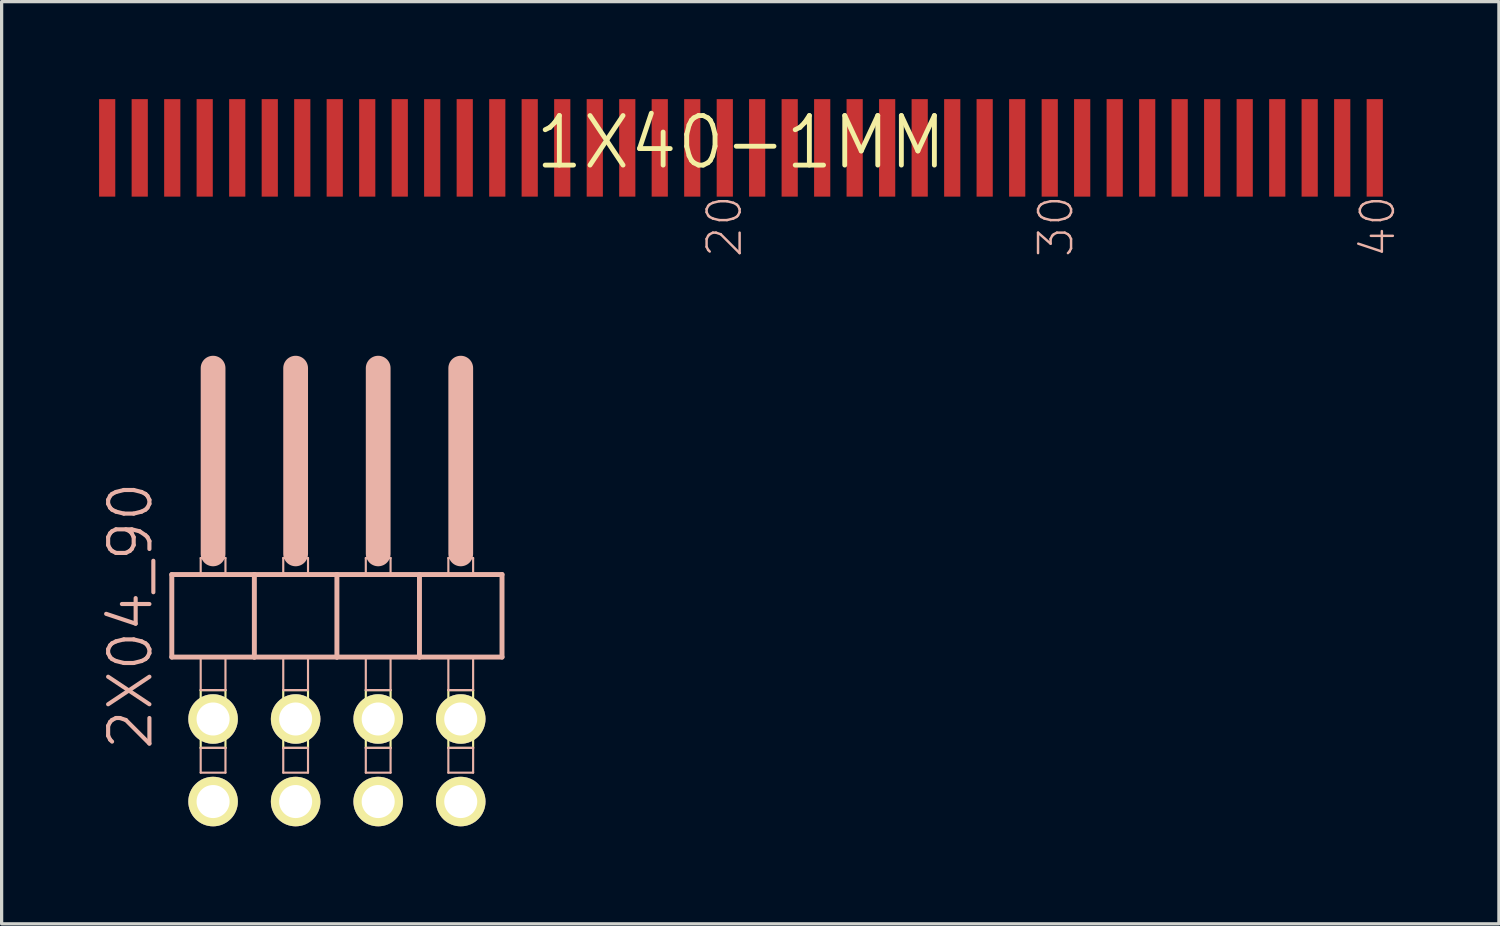
<source format=kicad_pcb>
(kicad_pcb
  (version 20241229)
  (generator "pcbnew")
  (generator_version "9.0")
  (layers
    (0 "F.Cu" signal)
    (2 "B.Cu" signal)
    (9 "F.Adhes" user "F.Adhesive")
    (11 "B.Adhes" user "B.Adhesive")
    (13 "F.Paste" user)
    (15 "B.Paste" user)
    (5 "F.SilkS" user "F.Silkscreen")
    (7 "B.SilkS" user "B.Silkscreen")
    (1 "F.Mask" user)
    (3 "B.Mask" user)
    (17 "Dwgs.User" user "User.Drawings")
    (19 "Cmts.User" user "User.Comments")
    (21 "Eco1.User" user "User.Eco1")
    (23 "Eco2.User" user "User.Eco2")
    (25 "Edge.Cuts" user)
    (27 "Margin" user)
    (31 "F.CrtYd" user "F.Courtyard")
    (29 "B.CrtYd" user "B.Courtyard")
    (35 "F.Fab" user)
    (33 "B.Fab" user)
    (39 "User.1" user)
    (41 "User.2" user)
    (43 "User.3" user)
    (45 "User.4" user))
  (footprint "2X04_90"
    (layer "F.Cu")
    (at 7.316 15.262)
    (property "Reference" "2X04_90" (at -6.35 0.635 90) (layer "B.SilkS") (effects (font (size 1.27 1.27) (thickness 0.127))))
    (attr exclude_from_pos_files exclude_from_bom)
    (fp_line (start -4.191 2.921) (end -3.429 2.921) (stroke (width 0.066) (type solid)) (layer "F.SilkS"))
    (fp_line (start -4.191 4.699) (end -4.191 2.921) (stroke (width 0.066) (type solid)) (layer "F.SilkS"))
    (fp_line (start -4.191 4.699) (end -3.429 4.699) (stroke (width 0.066) (type solid)) (layer "F.SilkS"))
    (fp_line (start -3.429 4.699) (end -3.429 2.921) (stroke (width 0.066) (type solid)) (layer "F.SilkS"))
    (fp_line (start -1.651 2.921) (end -0.889 2.921) (stroke (width 0.066) (type solid)) (layer "F.SilkS"))
    (fp_line (start -1.651 4.699) (end -1.651 2.921) (stroke (width 0.066) (type solid)) (layer "F.SilkS"))
    (fp_line (start -1.651 4.699) (end -0.889 4.699) (stroke (width 0.066) (type solid)) (layer "F.SilkS"))
    (fp_line (start -0.889 4.699) (end -0.889 2.921) (stroke (width 0.066) (type solid)) (layer "F.SilkS"))
    (fp_line (start 0.889 2.921) (end 1.651 2.921) (stroke (width 0.066) (type solid)) (layer "F.SilkS"))
    (fp_line (start 0.889 4.699) (end 0.889 2.921) (stroke (width 0.066) (type solid)) (layer "F.SilkS"))
    (fp_line (start 0.889 4.699) (end 1.651 4.699) (stroke (width 0.066) (type solid)) (layer "F.SilkS"))
    (fp_line (start 1.651 4.699) (end 1.651 2.921) (stroke (width 0.066) (type solid)) (layer "F.SilkS"))
    (fp_line (start 3.429 2.921) (end 4.191 2.921) (stroke (width 0.066) (type solid)) (layer "F.SilkS"))
    (fp_line (start 3.429 4.699) (end 3.429 2.921) (stroke (width 0.066) (type solid)) (layer "F.SilkS"))
    (fp_line (start 3.429 4.699) (end 4.191 4.699) (stroke (width 0.066) (type solid)) (layer "F.SilkS"))
    (fp_line (start 4.191 4.699) (end 4.191 2.921) (stroke (width 0.066) (type solid)) (layer "F.SilkS"))
    (fp_line (start -5.08 -0.635) (end -5.08 1.905) (stroke (width 0.152) (type solid)) (layer "B.SilkS"))
    (fp_line (start -5.08 1.905) (end -2.54 1.905) (stroke (width 0.152) (type solid)) (layer "B.SilkS"))
    (fp_line (start -4.191 -1.143) (end -3.429 -1.143) (stroke (width 0.066) (type solid)) (layer "B.SilkS"))
    (fp_line (start -4.191 -0.635) (end -4.191 -1.143) (stroke (width 0.066) (type solid)) (layer "B.SilkS"))
    (fp_line (start -4.191 -0.635) (end -3.429 -0.635) (stroke (width 0.066) (type solid)) (layer "B.SilkS"))
    (fp_line (start -4.191 1.905) (end -3.429 1.905) (stroke (width 0.066) (type solid)) (layer "B.SilkS"))
    (fp_line (start -4.191 2.921) (end -4.191 1.905) (stroke (width 0.066) (type solid)) (layer "B.SilkS"))
    (fp_line (start -4.191 2.921) (end -3.429 2.921) (stroke (width 0.066) (type solid)) (layer "B.SilkS"))
    (fp_line (start -4.191 4.699) (end -3.429 4.699) (stroke (width 0.066) (type solid)) (layer "B.SilkS"))
    (fp_line (start -4.191 5.461) (end -4.191 4.699) (stroke (width 0.066) (type solid)) (layer "B.SilkS"))
    (fp_line (start -4.191 5.461) (end -3.429 5.461) (stroke (width 0.066) (type solid)) (layer "B.SilkS"))
    (fp_line (start -3.81 -6.985) (end -3.81 -1.27) (stroke (width 0.762) (type solid)) (layer "B.SilkS"))
    (fp_line (start -3.429 -0.635) (end -3.429 -1.143) (stroke (width 0.066) (type solid)) (layer "B.SilkS"))
    (fp_line (start -3.429 2.921) (end -3.429 1.905) (stroke (width 0.066) (type solid)) (layer "B.SilkS"))
    (fp_line (start -3.429 5.461) (end -3.429 4.699) (stroke (width 0.066) (type solid)) (layer "B.SilkS"))
    (fp_line (start -2.54 -0.635) (end -5.08 -0.635) (stroke (width 0.152) (type solid)) (layer "B.SilkS"))
    (fp_line (start -2.54 1.905) (end -2.54 -0.635) (stroke (width 0.152) (type solid)) (layer "B.SilkS"))
    (fp_line (start -2.54 1.905) (end 0 1.905) (stroke (width 0.152) (type solid)) (layer "B.SilkS"))
    (fp_line (start -1.651 -1.143) (end -0.889 -1.143) (stroke (width 0.066) (type solid)) (layer "B.SilkS"))
    (fp_line (start -1.651 -0.635) (end -1.651 -1.143) (stroke (width 0.066) (type solid)) (layer "B.SilkS"))
    (fp_line (start -1.651 -0.635) (end -0.889 -0.635) (stroke (width 0.066) (type solid)) (layer "B.SilkS"))
    (fp_line (start -1.651 1.905) (end -0.889 1.905) (stroke (width 0.066) (type solid)) (layer "B.SilkS"))
    (fp_line (start -1.651 2.921) (end -1.651 1.905) (stroke (width 0.066) (type solid)) (layer "B.SilkS"))
    (fp_line (start -1.651 2.921) (end -0.889 2.921) (stroke (width 0.066) (type solid)) (layer "B.SilkS"))
    (fp_line (start -1.651 4.699) (end -0.889 4.699) (stroke (width 0.066) (type solid)) (layer "B.SilkS"))
    (fp_line (start -1.651 5.461) (end -1.651 4.699) (stroke (width 0.066) (type solid)) (layer "B.SilkS"))
    (fp_line (start -1.651 5.461) (end -0.889 5.461) (stroke (width 0.066) (type solid)) (layer "B.SilkS"))
    (fp_line (start -1.27 -6.985) (end -1.27 -1.27) (stroke (width 0.762) (type solid)) (layer "B.SilkS"))
    (fp_line (start -0.889 -0.635) (end -0.889 -1.143) (stroke (width 0.066) (type solid)) (layer "B.SilkS"))
    (fp_line (start -0.889 2.921) (end -0.889 1.905) (stroke (width 0.066) (type solid)) (layer "B.SilkS"))
    (fp_line (start -0.889 5.461) (end -0.889 4.699) (stroke (width 0.066) (type solid)) (layer "B.SilkS"))
    (fp_line (start 0 -0.635) (end -2.54 -0.635) (stroke (width 0.152) (type solid)) (layer "B.SilkS"))
    (fp_line (start 0 1.905) (end 0 -0.635) (stroke (width 0.152) (type solid)) (layer "B.SilkS"))
    (fp_line (start 0 1.905) (end 2.54 1.905) (stroke (width 0.152) (type solid)) (layer "B.SilkS"))
    (fp_line (start 0.889 -1.143) (end 1.651 -1.143) (stroke (width 0.066) (type solid)) (layer "B.SilkS"))
    (fp_line (start 0.889 -0.635) (end 0.889 -1.143) (stroke (width 0.066) (type solid)) (layer "B.SilkS"))
    (fp_line (start 0.889 -0.635) (end 1.651 -0.635) (stroke (width 0.066) (type solid)) (layer "B.SilkS"))
    (fp_line (start 0.889 1.905) (end 1.651 1.905) (stroke (width 0.066) (type solid)) (layer "B.SilkS"))
    (fp_line (start 0.889 2.921) (end 0.889 1.905) (stroke (width 0.066) (type solid)) (layer "B.SilkS"))
    (fp_line (start 0.889 2.921) (end 1.651 2.921) (stroke (width 0.066) (type solid)) (layer "B.SilkS"))
    (fp_line (start 0.889 4.699) (end 1.651 4.699) (stroke (width 0.066) (type solid)) (layer "B.SilkS"))
    (fp_line (start 0.889 5.461) (end 0.889 4.699) (stroke (width 0.066) (type solid)) (layer "B.SilkS"))
    (fp_line (start 0.889 5.461) (end 1.651 5.461) (stroke (width 0.066) (type solid)) (layer "B.SilkS"))
    (fp_line (start 1.27 -6.985) (end 1.27 -1.27) (stroke (width 0.762) (type solid)) (layer "B.SilkS"))
    (fp_line (start 1.651 -0.635) (end 1.651 -1.143) (stroke (width 0.066) (type solid)) (layer "B.SilkS"))
    (fp_line (start 1.651 2.921) (end 1.651 1.905) (stroke (width 0.066) (type solid)) (layer "B.SilkS"))
    (fp_line (start 1.651 5.461) (end 1.651 4.699) (stroke (width 0.066) (type solid)) (layer "B.SilkS"))
    (fp_line (start 2.54 -0.635) (end 0 -0.635) (stroke (width 0.152) (type solid)) (layer "B.SilkS"))
    (fp_line (start 2.54 1.905) (end 2.54 -0.635) (stroke (width 0.152) (type solid)) (layer "B.SilkS"))
    (fp_line (start 2.54 1.905) (end 5.08 1.905) (stroke (width 0.152) (type solid)) (layer "B.SilkS"))
    (fp_line (start 3.429 -1.143) (end 4.191 -1.143) (stroke (width 0.066) (type solid)) (layer "B.SilkS"))
    (fp_line (start 3.429 -0.635) (end 3.429 -1.143) (stroke (width 0.066) (type solid)) (layer "B.SilkS"))
    (fp_line (start 3.429 -0.635) (end 4.191 -0.635) (stroke (width 0.066) (type solid)) (layer "B.SilkS"))
    (fp_line (start 3.429 1.905) (end 4.191 1.905) (stroke (width 0.066) (type solid)) (layer "B.SilkS"))
    (fp_line (start 3.429 2.921) (end 3.429 1.905) (stroke (width 0.066) (type solid)) (layer "B.SilkS"))
    (fp_line (start 3.429 2.921) (end 4.191 2.921) (stroke (width 0.066) (type solid)) (layer "B.SilkS"))
    (fp_line (start 3.429 4.699) (end 4.191 4.699) (stroke (width 0.066) (type solid)) (layer "B.SilkS"))
    (fp_line (start 3.429 5.461) (end 3.429 4.699) (stroke (width 0.066) (type solid)) (layer "B.SilkS"))
    (fp_line (start 3.429 5.461) (end 4.191 5.461) (stroke (width 0.066) (type solid)) (layer "B.SilkS"))
    (fp_line (start 3.81 -6.985) (end 3.81 -1.27) (stroke (width 0.762) (type solid)) (layer "B.SilkS"))
    (fp_line (start 4.191 -0.635) (end 4.191 -1.143) (stroke (width 0.066) (type solid)) (layer "B.SilkS"))
    (fp_line (start 4.191 2.921) (end 4.191 1.905) (stroke (width 0.066) (type solid)) (layer "B.SilkS"))
    (fp_line (start 4.191 5.461) (end 4.191 4.699) (stroke (width 0.066) (type solid)) (layer "B.SilkS"))
    (fp_line (start 5.08 -0.635) (end 2.54 -0.635) (stroke (width 0.152) (type solid)) (layer "B.SilkS"))
    (fp_line (start 5.08 1.905) (end 5.08 -0.635) (stroke (width 0.152) (type solid)) (layer "B.SilkS"))
    (pad "1" thru_hole circle (at -3.81 6.35) (size 1.524 1.524) (drill 1.016) (layers "*.Cu" "F.Mask" "F.SilkS" "F.Paste"))
    (pad "2" thru_hole circle (at -3.81 3.81) (size 1.524 1.524) (drill 1.016) (layers "*.Cu" "F.Mask" "F.SilkS" "F.Paste"))
    (pad "3" thru_hole circle (at -1.27 6.35) (size 1.524 1.524) (drill 1.016) (layers "*.Cu" "F.Mask" "F.SilkS" "F.Paste"))
    (pad "4" thru_hole circle (at -1.27 3.81) (size 1.524 1.524) (drill 1.016) (layers "*.Cu" "F.Mask" "F.SilkS" "F.Paste"))
    (pad "5" thru_hole circle (at 1.27 6.35) (size 1.524 1.524) (drill 1.016) (layers "*.Cu" "F.Mask" "F.SilkS" "F.Paste"))
    (pad "6" thru_hole circle (at 1.27 3.81) (size 1.524 1.524) (drill 1.016) (layers "*.Cu" "F.Mask" "F.SilkS" "F.Paste"))
    (pad "7" thru_hole circle (at 3.81 6.35) (size 1.524 1.524) (drill 1.016) (layers "*.Cu" "F.Mask" "F.SilkS" "F.Paste"))
    (pad "8" thru_hole circle (at 3.81 3.81) (size 1.524 1.524) (drill 1.016) (layers "*.Cu" "F.Mask" "F.SilkS" "F.Paste")))
  (footprint "1X40-1MM"
    (layer "F.Cu")
    (at 19.748 1.332)
    (property "Reference" "1X40-1MM" (at 0 0 0) (layer "F.SilkS") (effects (font (size 1.524 1.524) (thickness 0.15))))
    (attr smd)
    (fp_text user "40" (at 19.591 2.583 90) (layer "B.SilkS") (effects (font (size 1.016 1.016) (thickness 0.076))))
    (fp_text user "20" (at -0.508 2.583 90) (layer "B.SilkS") (effects (font (size 1.016 1.016) (thickness 0.076))))
    (fp_text user "30" (at 9.69 2.583 90) (layer "B.SilkS") (effects (font (size 1.016 1.016) (thickness 0.076))))
    (pad "1" smd rect (at -19.5 0.168) (size 0.498 3) (layers "F.Cu" "F.Mask" "F.Paste"))
    (pad "2" smd rect (at -18.499 0.168) (size 0.498 3) (layers "F.Cu" "F.Mask" "F.Paste"))
    (pad "3" smd rect (at -17.498 0.168) (size 0.498 3) (layers "F.Cu" "F.Mask" "F.Paste"))
    (pad "4" smd rect (at -16.5 0.168) (size 0.498 3) (layers "F.Cu" "F.Mask" "F.Paste"))
    (pad "5" smd rect (at -15.499 0.168) (size 0.498 3) (layers "F.Cu" "F.Mask" "F.Paste"))
    (pad "6" smd rect (at -14.498 0.168) (size 0.498 3) (layers "F.Cu" "F.Mask" "F.Paste"))
    (pad "7" smd rect (at -13.498 0.168) (size 0.498 3) (layers "F.Cu" "F.Mask" "F.Paste"))
    (pad "8" smd rect (at -12.499 0.168) (size 0.498 3) (layers "F.Cu" "F.Mask" "F.Paste"))
    (pad "9" smd rect (at -11.499 0.168) (size 0.498 3) (layers "F.Cu" "F.Mask" "F.Paste"))
    (pad "10" smd rect (at -10.498 0.168) (size 0.498 3) (layers "F.Cu" "F.Mask" "F.Paste"))
    (pad "11" smd rect (at -9.5 0.168) (size 0.498 3) (layers "F.Cu" "F.Mask" "F.Paste"))
    (pad "12" smd rect (at -8.499 0.168) (size 0.498 3) (layers "F.Cu" "F.Mask" "F.Paste"))
    (pad "13" smd rect (at -7.498 0.168) (size 0.498 3) (layers "F.Cu" "F.Mask" "F.Paste"))
    (pad "14" smd rect (at -6.5 0.168) (size 0.498 3) (layers "F.Cu" "F.Mask" "F.Paste"))
    (pad "15" smd rect (at -5.499 0.168) (size 0.498 3) (layers "F.Cu" "F.Mask" "F.Paste"))
    (pad "16" smd rect (at -4.498 0.168) (size 0.498 3) (layers "F.Cu" "F.Mask" "F.Paste"))
    (pad "17" smd rect (at -3.498 0.168) (size 0.498 3) (layers "F.Cu" "F.Mask" "F.Paste"))
    (pad "18" smd rect (at -2.499 0.168) (size 0.498 3) (layers "F.Cu" "F.Mask" "F.Paste"))
    (pad "19" smd rect (at -1.499 0.168) (size 0.498 3) (layers "F.Cu" "F.Mask" "F.Paste"))
    (pad "20" smd rect (at -0.498 0.168) (size 0.498 3) (layers "F.Cu" "F.Mask" "F.Paste"))
    (pad "21" smd rect (at 0.498 0.168) (size 0.498 3) (layers "F.Cu" "F.Mask" "F.Paste"))
    (pad "22" smd rect (at 1.499 0.168) (size 0.498 3) (layers "F.Cu" "F.Mask" "F.Paste"))
    (pad "23" smd rect (at 2.499 0.168) (size 0.498 3) (layers "F.Cu" "F.Mask" "F.Paste"))
    (pad "24" smd rect (at 3.498 0.168) (size 0.498 3) (layers "F.Cu" "F.Mask" "F.Paste"))
    (pad "25" smd rect (at 4.498 0.168) (size 0.498 3) (layers "F.Cu" "F.Mask" "F.Paste"))
    (pad "26" smd rect (at 5.499 0.168) (size 0.498 3) (layers "F.Cu" "F.Mask" "F.Paste"))
    (pad "27" smd rect (at 6.5 0.168) (size 0.498 3) (layers "F.Cu" "F.Mask" "F.Paste"))
    (pad "28" smd rect (at 7.498 0.168) (size 0.498 3) (layers "F.Cu" "F.Mask" "F.Paste"))
    (pad "29" smd rect (at 8.499 0.168) (size 0.498 3) (layers "F.Cu" "F.Mask" "F.Paste"))
    (pad "30" smd rect (at 9.5 0.168) (size 0.498 3) (layers "F.Cu" "F.Mask" "F.Paste"))
    (pad "31" smd rect (at 10.498 0.168) (size 0.498 3) (layers "F.Cu" "F.Mask" "F.Paste"))
    (pad "32" smd rect (at 11.499 0.168) (size 0.498 3) (layers "F.Cu" "F.Mask" "F.Paste"))
    (pad "33" smd rect (at 12.499 0.168) (size 0.498 3) (layers "F.Cu" "F.Mask" "F.Paste"))
    (pad "34" smd rect (at 13.498 0.168) (size 0.498 3) (layers "F.Cu" "F.Mask" "F.Paste"))
    (pad "35" smd rect (at 14.498 0.168) (size 0.498 3) (layers "F.Cu" "F.Mask" "F.Paste"))
    (pad "36" smd rect (at 15.499 0.168) (size 0.498 3) (layers "F.Cu" "F.Mask" "F.Paste"))
    (pad "37" smd rect (at 16.5 0.168) (size 0.498 3) (layers "F.Cu" "F.Mask" "F.Paste"))
    (pad "38" smd rect (at 17.498 0.168) (size 0.498 3) (layers "F.Cu" "F.Mask" "F.Paste"))
    (pad "39" smd rect (at 18.499 0.168) (size 0.498 3) (layers "F.Cu" "F.Mask" "F.Paste"))
    (pad "40" smd rect (at 19.5 0.168) (size 0.498 3) (layers "F.Cu" "F.Mask" "F.Paste")))
  (gr_rect
    (start -3 -3)
    (end 43.068 25.374)
    (stroke (width 0.1) (type default))
    (fill no)
    (layer "Edge.Cuts")))
</source>
